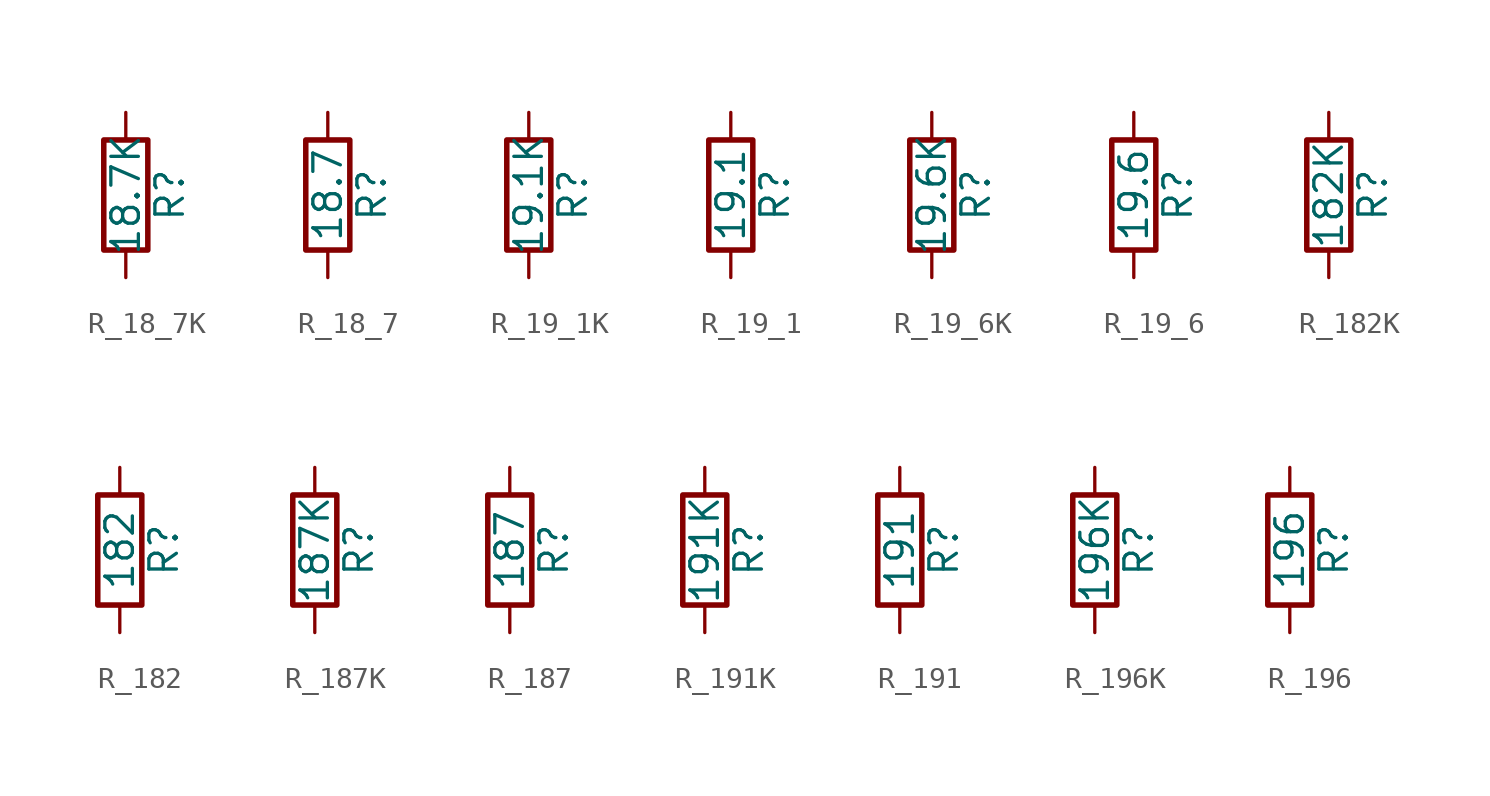
<source format=kicad_sym>
(kicad_symbol_lib
  (version 20211014)
  (generator atlantix-eda)
  (symbol "R_18_7K"
    (pin_numbers hide)
    (pin_names
      (offset 0))
    (property "Reference" "R"
      (at 2.032 0 90)
      (effects (font (size 1.27 1.27))))
    (property "Value" "18.7K"
      (at 0 0 90)
      (effects (font (size 1.27 1.27))))
    (symbol "R_18_7K_0_1"
      (rectangle (start -1.016 -2.54) (end 1.016 2.54) (stroke (width 0.254) (type default) (color 0 0 0 0)) (fill (type none))))
    (symbol "R_18_7K_1_1"
      (pin passive line (at 0 3.81 270) (length 1.27) (name "~" (effects (font (size 1.27 1.27)))) (number "1" (effects (font (size 1.27 1.27)))))
      (pin passive line (at 0 -3.81 90) (length 1.27) (name "~" (effects (font (size 1.27 1.27)))) (number "2" (effects (font (size 1.27 1.27)))))))
  (symbol "R_18_7"
    (pin_numbers hide)
    (pin_names
      (offset 0))
    (property "Reference" "R"
      (at 2.032 0 90)
      (effects (font (size 1.27 1.27))))
    (property "Value" "18.7"
      (at 0 0 90)
      (effects (font (size 1.27 1.27))))
    (symbol "R_18_7_0_1"
      (rectangle (start -1.016 -2.54) (end 1.016 2.54) (stroke (width 0.254) (type default) (color 0 0 0 0)) (fill (type none))))
    (symbol "R_18_7_1_1"
      (pin passive line (at 0 3.81 270) (length 1.27) (name "~" (effects (font (size 1.27 1.27)))) (number "1" (effects (font (size 1.27 1.27)))))
      (pin passive line (at 0 -3.81 90) (length 1.27) (name "~" (effects (font (size 1.27 1.27)))) (number "2" (effects (font (size 1.27 1.27)))))))
  (symbol "R_19_1K"
    (pin_numbers hide)
    (pin_names
      (offset 0))
    (property "Reference" "R"
      (at 2.032 0 90)
      (effects (font (size 1.27 1.27))))
    (property "Value" "19.1K"
      (at 0 0 90)
      (effects (font (size 1.27 1.27))))
    (symbol "R_19_1K_0_1"
      (rectangle (start -1.016 -2.54) (end 1.016 2.54) (stroke (width 0.254) (type default) (color 0 0 0 0)) (fill (type none))))
    (symbol "R_19_1K_1_1"
      (pin passive line (at 0 3.81 270) (length 1.27) (name "~" (effects (font (size 1.27 1.27)))) (number "1" (effects (font (size 1.27 1.27)))))
      (pin passive line (at 0 -3.81 90) (length 1.27) (name "~" (effects (font (size 1.27 1.27)))) (number "2" (effects (font (size 1.27 1.27)))))))
  (symbol "R_19_1"
    (pin_numbers hide)
    (pin_names
      (offset 0))
    (property "Reference" "R"
      (at 2.032 0 90)
      (effects (font (size 1.27 1.27))))
    (property "Value" "19.1"
      (at 0 0 90)
      (effects (font (size 1.27 1.27))))
    (symbol "R_19_1_0_1"
      (rectangle (start -1.016 -2.54) (end 1.016 2.54) (stroke (width 0.254) (type default) (color 0 0 0 0)) (fill (type none))))
    (symbol "R_19_1_1_1"
      (pin passive line (at 0 3.81 270) (length 1.27) (name "~" (effects (font (size 1.27 1.27)))) (number "1" (effects (font (size 1.27 1.27)))))
      (pin passive line (at 0 -3.81 90) (length 1.27) (name "~" (effects (font (size 1.27 1.27)))) (number "2" (effects (font (size 1.27 1.27)))))))
  (symbol "R_19_6K"
    (pin_numbers hide)
    (pin_names
      (offset 0))
    (property "Reference" "R"
      (at 2.032 0 90)
      (effects (font (size 1.27 1.27))))
    (property "Value" "19.6K"
      (at 0 0 90)
      (effects (font (size 1.27 1.27))))
    (symbol "R_19_6K_0_1"
      (rectangle (start -1.016 -2.54) (end 1.016 2.54) (stroke (width 0.254) (type default) (color 0 0 0 0)) (fill (type none))))
    (symbol "R_19_6K_1_1"
      (pin passive line (at 0 3.81 270) (length 1.27) (name "~" (effects (font (size 1.27 1.27)))) (number "1" (effects (font (size 1.27 1.27)))))
      (pin passive line (at 0 -3.81 90) (length 1.27) (name "~" (effects (font (size 1.27 1.27)))) (number "2" (effects (font (size 1.27 1.27)))))))
  (symbol "R_19_6"
    (pin_numbers hide)
    (pin_names
      (offset 0))
    (property "Reference" "R"
      (at 2.032 0 90)
      (effects (font (size 1.27 1.27))))
    (property "Value" "19.6"
      (at 0 0 90)
      (effects (font (size 1.27 1.27))))
    (symbol "R_19_6_0_1"
      (rectangle (start -1.016 -2.54) (end 1.016 2.54) (stroke (width 0.254) (type default) (color 0 0 0 0)) (fill (type none))))
    (symbol "R_19_6_1_1"
      (pin passive line (at 0 3.81 270) (length 1.27) (name "~" (effects (font (size 1.27 1.27)))) (number "1" (effects (font (size 1.27 1.27)))))
      (pin passive line (at 0 -3.81 90) (length 1.27) (name "~" (effects (font (size 1.27 1.27)))) (number "2" (effects (font (size 1.27 1.27)))))))
  (symbol "R_182K"
    (pin_numbers hide)
    (pin_names
      (offset 0))
    (property "Reference" "R"
      (at 2.032 0 90)
      (effects (font (size 1.27 1.27))))
    (property "Value" "182K"
      (at 0 0 90)
      (effects (font (size 1.27 1.27))))
    (symbol "R_182K_0_1"
      (rectangle (start -1.016 -2.54) (end 1.016 2.54) (stroke (width 0.254) (type default) (color 0 0 0 0)) (fill (type none))))
    (symbol "R_182K_1_1"
      (pin passive line (at 0 3.81 270) (length 1.27) (name "~" (effects (font (size 1.27 1.27)))) (number "1" (effects (font (size 1.27 1.27)))))
      (pin passive line (at 0 -3.81 90) (length 1.27) (name "~" (effects (font (size 1.27 1.27)))) (number "2" (effects (font (size 1.27 1.27)))))))
  (symbol "R_182"
    (pin_numbers hide)
    (pin_names
      (offset 0))
    (property "Reference" "R"
      (at 2.032 0 90)
      (effects (font (size 1.27 1.27))))
    (property "Value" "182"
      (at 0 0 90)
      (effects (font (size 1.27 1.27))))
    (symbol "R_182_0_1"
      (rectangle (start -1.016 -2.54) (end 1.016 2.54) (stroke (width 0.254) (type default) (color 0 0 0 0)) (fill (type none))))
    (symbol "R_182_1_1"
      (pin passive line (at 0 3.81 270) (length 1.27) (name "~" (effects (font (size 1.27 1.27)))) (number "1" (effects (font (size 1.27 1.27)))))
      (pin passive line (at 0 -3.81 90) (length 1.27) (name "~" (effects (font (size 1.27 1.27)))) (number "2" (effects (font (size 1.27 1.27)))))))
  (symbol "R_187K"
    (pin_numbers hide)
    (pin_names
      (offset 0))
    (property "Reference" "R"
      (at 2.032 0 90)
      (effects (font (size 1.27 1.27))))
    (property "Value" "187K"
      (at 0 0 90)
      (effects (font (size 1.27 1.27))))
    (symbol "R_187K_0_1"
      (rectangle (start -1.016 -2.54) (end 1.016 2.54) (stroke (width 0.254) (type default) (color 0 0 0 0)) (fill (type none))))
    (symbol "R_187K_1_1"
      (pin passive line (at 0 3.81 270) (length 1.27) (name "~" (effects (font (size 1.27 1.27)))) (number "1" (effects (font (size 1.27 1.27)))))
      (pin passive line (at 0 -3.81 90) (length 1.27) (name "~" (effects (font (size 1.27 1.27)))) (number "2" (effects (font (size 1.27 1.27)))))))
  (symbol "R_187"
    (pin_numbers hide)
    (pin_names
      (offset 0))
    (property "Reference" "R"
      (at 2.032 0 90)
      (effects (font (size 1.27 1.27))))
    (property "Value" "187"
      (at 0 0 90)
      (effects (font (size 1.27 1.27))))
    (symbol "R_187_0_1"
      (rectangle (start -1.016 -2.54) (end 1.016 2.54) (stroke (width 0.254) (type default) (color 0 0 0 0)) (fill (type none))))
    (symbol "R_187_1_1"
      (pin passive line (at 0 3.81 270) (length 1.27) (name "~" (effects (font (size 1.27 1.27)))) (number "1" (effects (font (size 1.27 1.27)))))
      (pin passive line (at 0 -3.81 90) (length 1.27) (name "~" (effects (font (size 1.27 1.27)))) (number "2" (effects (font (size 1.27 1.27)))))))
  (symbol "R_191K"
    (pin_numbers hide)
    (pin_names
      (offset 0))
    (property "Reference" "R"
      (at 2.032 0 90)
      (effects (font (size 1.27 1.27))))
    (property "Value" "191K"
      (at 0 0 90)
      (effects (font (size 1.27 1.27))))
    (symbol "R_191K_0_1"
      (rectangle (start -1.016 -2.54) (end 1.016 2.54) (stroke (width 0.254) (type default) (color 0 0 0 0)) (fill (type none))))
    (symbol "R_191K_1_1"
      (pin passive line (at 0 3.81 270) (length 1.27) (name "~" (effects (font (size 1.27 1.27)))) (number "1" (effects (font (size 1.27 1.27)))))
      (pin passive line (at 0 -3.81 90) (length 1.27) (name "~" (effects (font (size 1.27 1.27)))) (number "2" (effects (font (size 1.27 1.27)))))))
  (symbol "R_191"
    (pin_numbers hide)
    (pin_names
      (offset 0))
    (property "Reference" "R"
      (at 2.032 0 90)
      (effects (font (size 1.27 1.27))))
    (property "Value" "191"
      (at 0 0 90)
      (effects (font (size 1.27 1.27))))
    (symbol "R_191_0_1"
      (rectangle (start -1.016 -2.54) (end 1.016 2.54) (stroke (width 0.254) (type default) (color 0 0 0 0)) (fill (type none))))
    (symbol "R_191_1_1"
      (pin passive line (at 0 3.81 270) (length 1.27) (name "~" (effects (font (size 1.27 1.27)))) (number "1" (effects (font (size 1.27 1.27)))))
      (pin passive line (at 0 -3.81 90) (length 1.27) (name "~" (effects (font (size 1.27 1.27)))) (number "2" (effects (font (size 1.27 1.27)))))))
  (symbol "R_196K"
    (pin_numbers hide)
    (pin_names
      (offset 0))
    (property "Reference" "R"
      (at 2.032 0 90)
      (effects (font (size 1.27 1.27))))
    (property "Value" "196K"
      (at 0 0 90)
      (effects (font (size 1.27 1.27))))
    (symbol "R_196K_0_1"
      (rectangle (start -1.016 -2.54) (end 1.016 2.54) (stroke (width 0.254) (type default) (color 0 0 0 0)) (fill (type none))))
    (symbol "R_196K_1_1"
      (pin passive line (at 0 3.81 270) (length 1.27) (name "~" (effects (font (size 1.27 1.27)))) (number "1" (effects (font (size 1.27 1.27)))))
      (pin passive line (at 0 -3.81 90) (length 1.27) (name "~" (effects (font (size 1.27 1.27)))) (number "2" (effects (font (size 1.27 1.27)))))))
  (symbol "R_196"
    (pin_numbers hide)
    (pin_names
      (offset 0))
    (property "Reference" "R"
      (at 2.032 0 90)
      (effects (font (size 1.27 1.27))))
    (property "Value" "196"
      (at 0 0 90)
      (effects (font (size 1.27 1.27))))
    (symbol "R_196_0_1"
      (rectangle (start -1.016 -2.54) (end 1.016 2.54) (stroke (width 0.254) (type default) (color 0 0 0 0)) (fill (type none))))
    (symbol "R_196_1_1"
      (pin passive line (at 0 3.81 270) (length 1.27) (name "~" (effects (font (size 1.27 1.27)))) (number "1" (effects (font (size 1.27 1.27)))))
      (pin passive line (at 0 -3.81 90) (length 1.27) (name "~" (effects (font (size 1.27 1.27)))) (number "2" (effects (font (size 1.27 1.27))))))))
</source>
